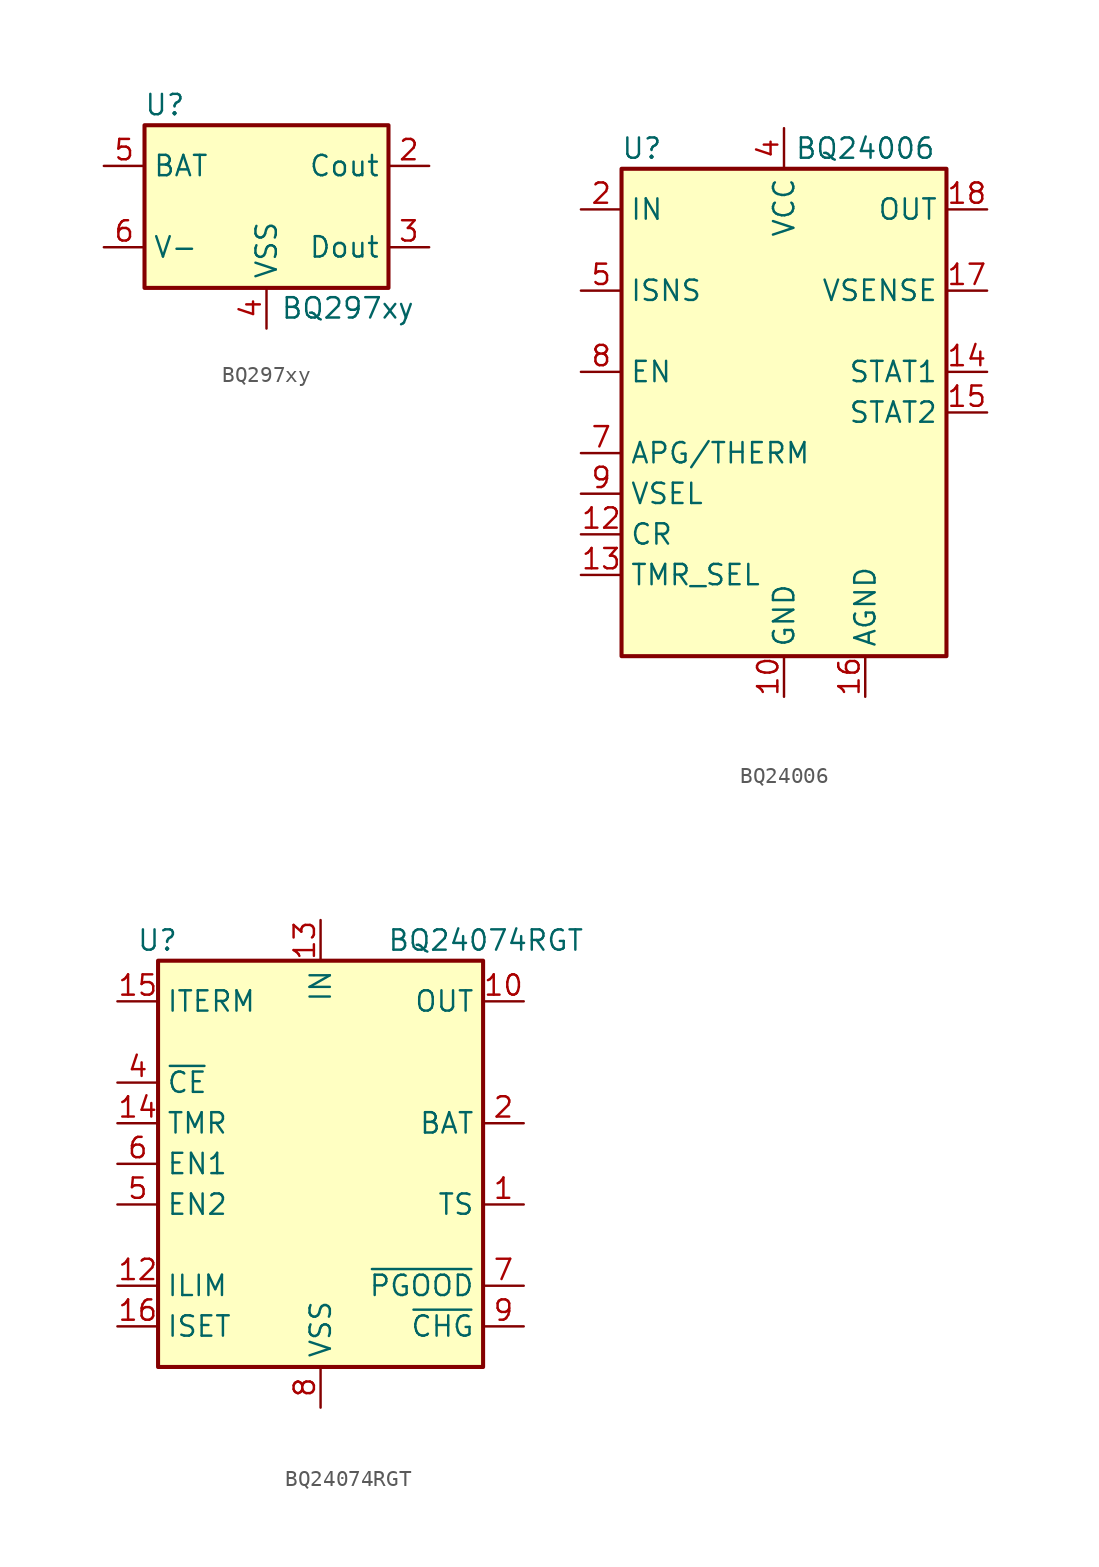
<source format=kicad_sym>
(kicad_symbol_lib
  (version 20231120)
  (generator "kicad_symbol_editor")
  (generator_version "8.0")
  (symbol "BQ297xy"
    (property "Reference" "U"
      (at -6.35 6.35 0)
      (effects (font (size 1.27 1.27))))
    (property "Value" "BQ297xy"
      (at 5.08 -6.35 0)
      (effects (font (size 1.27 1.27))))
    (symbol "BQ297xy_0_1"
      (rectangle (start -7.62 5.08) (end 7.62 -5.08) (stroke (width 0.254) (type default)) (fill (type background))))
    (symbol "BQ297xy_1_1"
      (pin no_connect line (at 7.62 0 180) (length 2.54) hide (name "NC" (effects (font (size 1.27 1.27)))) (number "1" (effects (font (size 1.27 1.27)))))
      (pin output line (at 10.16 2.54 180) (length 2.54) (name "Cout" (effects (font (size 1.27 1.27)))) (number "2" (effects (font (size 1.27 1.27)))))
      (pin output line (at 10.16 -2.54 180) (length 2.54) (name "Dout" (effects (font (size 1.27 1.27)))) (number "3" (effects (font (size 1.27 1.27)))))
      (pin power_in line (at 0 -7.62 90) (length 2.54) (name "VSS" (effects (font (size 1.27 1.27)))) (number "4" (effects (font (size 1.27 1.27)))))
      (pin input line (at -10.16 2.54 0) (length 2.54) (name "BAT" (effects (font (size 1.27 1.27)))) (number "5" (effects (font (size 1.27 1.27)))))
      (pin input line (at -10.16 -2.54 0) (length 2.54) (name "V-" (effects (font (size 1.27 1.27)))) (number "6" (effects (font (size 1.27 1.27)))))))
  (symbol "BQ24006"
    (property "Reference" "U"
      (at -8.89 16.51 0)
      (effects (font (size 1.27 1.27))))
    (property "Value" "BQ24006"
      (at 5.08 16.51 0)
      (effects (font (size 1.27 1.27))))
    (symbol "BQ24006_0_1"
      (rectangle (start -10.16 15.24) (end 10.16 -15.24) (stroke (width 0.254) (type default)) (fill (type background))))
    (symbol "BQ24006_1_1"
      (pin no_connect line (at 10.16 -2.54 180) (length 2.54) hide (name "N/C" (effects (font (size 1.27 1.27)))) (number "1" (effects (font (size 1.27 1.27)))))
      (pin power_in line (at 0 -17.78 90) (length 2.54) (name "GND" (effects (font (size 1.27 1.27)))) (number "10" (effects (font (size 1.27 1.27)))))
      (pin no_connect line (at 10.16 -7.62 180) (length 2.54) hide (name "N/C" (effects (font (size 1.27 1.27)))) (number "11" (effects (font (size 1.27 1.27)))))
      (pin input line (at -12.7 -7.62 0) (length 2.54) (name "CR" (effects (font (size 1.27 1.27)))) (number "12" (effects (font (size 1.27 1.27)))))
      (pin input line (at -12.7 -10.16 0) (length 2.54) (name "TMR_SEL" (effects (font (size 1.27 1.27)))) (number "13" (effects (font (size 1.27 1.27)))))
      (pin output line (at 12.7 2.54 180) (length 2.54) (name "STAT1" (effects (font (size 1.27 1.27)))) (number "14" (effects (font (size 1.27 1.27)))))
      (pin output line (at 12.7 0 180) (length 2.54) (name "STAT2" (effects (font (size 1.27 1.27)))) (number "15" (effects (font (size 1.27 1.27)))))
      (pin power_in line (at 5.08 -17.78 90) (length 2.54) (name "AGND" (effects (font (size 1.27 1.27)))) (number "16" (effects (font (size 1.27 1.27)))))
      (pin input line (at 12.7 7.62 180) (length 2.54) (name "VSENSE" (effects (font (size 1.27 1.27)))) (number "17" (effects (font (size 1.27 1.27)))))
      (pin output line (at 12.7 12.7 180) (length 2.54) (name "OUT" (effects (font (size 1.27 1.27)))) (number "18" (effects (font (size 1.27 1.27)))))
      (pin passive line (at 12.7 12.7 180) (length 2.54) hide (name "OUT" (effects (font (size 1.27 1.27)))) (number "19" (effects (font (size 1.27 1.27)))))
      (pin input line (at -12.7 12.7 0) (length 2.54) (name "IN" (effects (font (size 1.27 1.27)))) (number "2" (effects (font (size 1.27 1.27)))))
      (pin no_connect line (at 10.16 -10.16 180) (length 2.54) hide (name "N/C" (effects (font (size 1.27 1.27)))) (number "20" (effects (font (size 1.27 1.27)))))
      (pin passive line (at 0 -17.78 90) (length 2.54) hide (name "GND" (effects (font (size 1.27 1.27)))) (number "21" (effects (font (size 1.27 1.27)))))
      (pin input line (at -12.7 12.7 0) (length 2.54) hide (name "IN" (effects (font (size 1.27 1.27)))) (number "3" (effects (font (size 1.27 1.27)))))
      (pin power_in line (at 0 17.78 270) (length 2.54) (name "VCC" (effects (font (size 1.27 1.27)))) (number "4" (effects (font (size 1.27 1.27)))))
      (pin input line (at -12.7 7.62 0) (length 2.54) (name "ISNS" (effects (font (size 1.27 1.27)))) (number "5" (effects (font (size 1.27 1.27)))))
      (pin no_connect line (at 10.16 -5.08 180) (length 2.54) hide (name "N/C" (effects (font (size 1.27 1.27)))) (number "6" (effects (font (size 1.27 1.27)))))
      (pin input line (at -12.7 -2.54 0) (length 2.54) (name "APG/THERM" (effects (font (size 1.27 1.27)))) (number "7" (effects (font (size 1.27 1.27)))))
      (pin input line (at -12.7 2.54 0) (length 2.54) (name "EN" (effects (font (size 1.27 1.27)))) (number "8" (effects (font (size 1.27 1.27)))))
      (pin input line (at -12.7 -5.08 0) (length 2.54) (name "VSEL" (effects (font (size 1.27 1.27)))) (number "9" (effects (font (size 1.27 1.27)))))))
  (symbol "BQ24074RGT"
    (property "Reference" "U"
      (at -8.89 13.97 0)
      (effects (font (size 1.27 1.27)) (justify right)))
    (property "Value" "BQ24074RGT"
      (at 16.51 13.97 0)
      (effects (font (size 1.27 1.27)) (justify right)))
    (symbol "BQ24074RGT_0_1"
      (rectangle (start -10.16 12.7) (end 10.16 -12.7) (stroke (width 0.254) (type default)) (fill (type background))))
    (symbol "BQ24074RGT_1_1"
      (pin passive line (at 12.7 -2.54 180) (length 2.54) (name "TS" (effects (font (size 1.27 1.27)))) (number "1" (effects (font (size 1.27 1.27)))))
      (pin power_out line (at 12.7 10.16 180) (length 2.54) (name "OUT" (effects (font (size 1.27 1.27)))) (number "10" (effects (font (size 1.27 1.27)))))
      (pin passive line (at 12.7 10.16 180) (length 2.54) hide (name "OUT" (effects (font (size 1.27 1.27)))) (number "11" (effects (font (size 1.27 1.27)))))
      (pin passive line (at -12.7 -7.62 0) (length 2.54) (name "ILIM" (effects (font (size 1.27 1.27)))) (number "12" (effects (font (size 1.27 1.27)))))
      (pin power_in line (at 0 15.24 270) (length 2.54) (name "IN" (effects (font (size 1.27 1.27)))) (number "13" (effects (font (size 1.27 1.27)))))
      (pin input line (at -12.7 2.54 0) (length 2.54) (name "TMR" (effects (font (size 1.27 1.27)))) (number "14" (effects (font (size 1.27 1.27)))))
      (pin input line (at -12.7 10.16 0) (length 2.54) (name "ITERM" (effects (font (size 1.27 1.27)))) (number "15" (effects (font (size 1.27 1.27)))))
      (pin passive line (at -12.7 -10.16 0) (length 2.54) (name "ISET" (effects (font (size 1.27 1.27)))) (number "16" (effects (font (size 1.27 1.27)))))
      (pin passive line (at 0 -15.24 90) (length 2.54) hide (name "VSS" (effects (font (size 1.27 1.27)))) (number "17" (effects (font (size 1.27 1.27)))))
      (pin power_out line (at 12.7 2.54 180) (length 2.54) (name "BAT" (effects (font (size 1.27 1.27)))) (number "2" (effects (font (size 1.27 1.27)))))
      (pin passive line (at 12.7 2.54 180) (length 2.54) hide (name "BAT" (effects (font (size 1.27 1.27)))) (number "3" (effects (font (size 1.27 1.27)))))
      (pin input line (at -12.7 5.08 0) (length 2.54) (name "~{CE}" (effects (font (size 1.27 1.27)))) (number "4" (effects (font (size 1.27 1.27)))))
      (pin input line (at -12.7 -2.54 0) (length 2.54) (name "EN2" (effects (font (size 1.27 1.27)))) (number "5" (effects (font (size 1.27 1.27)))))
      (pin input line (at -12.7 0 0) (length 2.54) (name "EN1" (effects (font (size 1.27 1.27)))) (number "6" (effects (font (size 1.27 1.27)))))
      (pin open_collector line (at 12.7 -7.62 180) (length 2.54) (name "~{PGOOD}" (effects (font (size 1.27 1.27)))) (number "7" (effects (font (size 1.27 1.27)))))
      (pin power_in line (at 0 -15.24 90) (length 2.54) (name "VSS" (effects (font (size 1.27 1.27)))) (number "8" (effects (font (size 1.27 1.27)))))
      (pin open_collector line (at 12.7 -10.16 180) (length 2.54) (name "~{CHG}" (effects (font (size 1.27 1.27)))) (number "9" (effects (font (size 1.27 1.27))))))))
</source>
